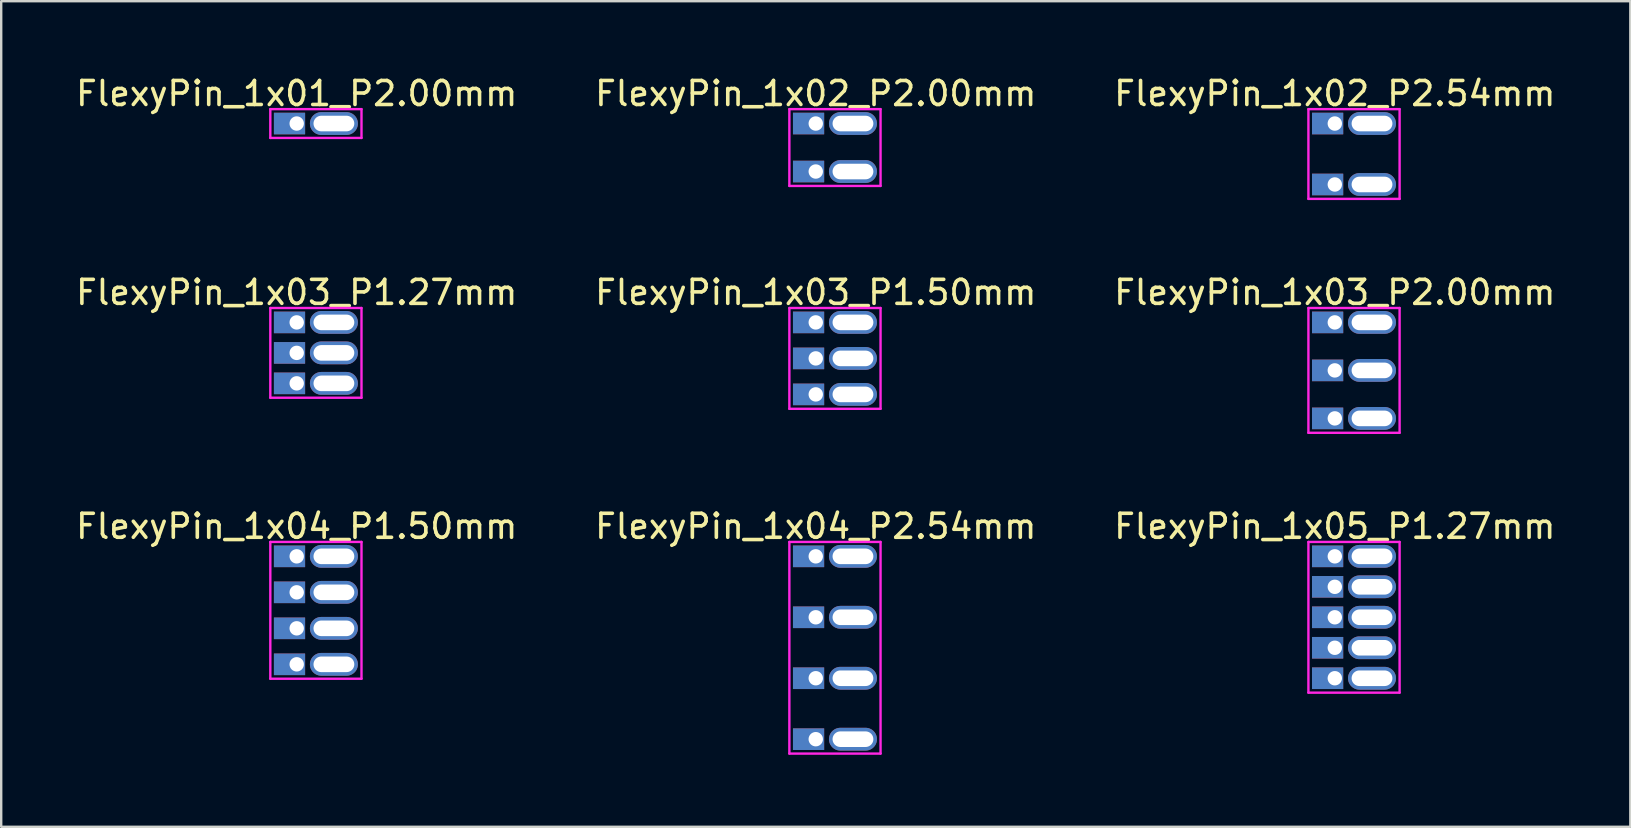
<source format=kicad_pcb>
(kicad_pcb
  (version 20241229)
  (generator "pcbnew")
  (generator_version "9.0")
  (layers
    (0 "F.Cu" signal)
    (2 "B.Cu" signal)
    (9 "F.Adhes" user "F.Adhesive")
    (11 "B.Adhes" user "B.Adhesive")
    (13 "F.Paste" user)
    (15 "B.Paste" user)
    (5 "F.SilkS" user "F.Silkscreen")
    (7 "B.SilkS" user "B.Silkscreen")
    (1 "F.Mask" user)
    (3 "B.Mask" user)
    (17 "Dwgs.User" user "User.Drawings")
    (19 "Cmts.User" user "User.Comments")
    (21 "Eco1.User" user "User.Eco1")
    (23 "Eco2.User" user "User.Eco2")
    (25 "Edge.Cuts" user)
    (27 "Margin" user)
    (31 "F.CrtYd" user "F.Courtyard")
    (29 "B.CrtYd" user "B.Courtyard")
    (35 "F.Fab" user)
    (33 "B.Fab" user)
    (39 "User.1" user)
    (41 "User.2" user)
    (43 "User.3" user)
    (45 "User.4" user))
  (footprint "FlexyPin_1x03_P1.27mm"
    (layer "F.Cu")
    (at 9.315 10.386)
    (property "Reference" "FlexyPin_1x03_P1.27mm" (at 0 -1.25 0) (layer "F.SilkS") (effects (font (size 1 1) (thickness 0.15))))
    (attr through_hole)
    (fp_line (start -1.1 -0.6) (end 2.7 -0.6) (stroke (width 0.1) (type solid)) (layer "F.CrtYd"))
    (fp_line (start -1.1 3.14) (end -1.1 -0.6) (stroke (width 0.1) (type solid)) (layer "F.CrtYd"))
    (fp_line (start 2.7 -0.6) (end 2.7 3.14) (stroke (width 0.1) (type solid)) (layer "F.CrtYd"))
    (fp_line (start 2.7 3.14) (end -1.1 3.14) (stroke (width 0.1) (type solid)) (layer "F.CrtYd"))
    (pad "" thru_hole oval (at 1.55 0) (size 2 0.95) (drill oval 1.7 0.65) (layers "*.Cu" "*.Mask"))
    (pad "" thru_hole oval (at 1.55 1.27) (size 2 0.95) (drill oval 1.7 0.65) (layers "*.Cu" "*.Mask"))
    (pad "" thru_hole oval (at 1.55 2.54) (size 2 0.95) (drill oval 1.7 0.65) (layers "*.Cu" "*.Mask"))
    (pad "1" thru_hole rect (at 0 0) (size 1.3 0.9) (drill 0.6 (offset -0.3 0)) (layers "*.Cu" "*.Mask"))
    (pad "2" thru_hole rect (at 0 1.27) (size 1.3 0.9) (drill 0.6 (offset -0.3 0)) (layers "*.Cu" "*.Mask"))
    (pad "3" thru_hole rect (at 0 2.54) (size 1.3 0.9) (drill 0.6 (offset -0.3 0)) (layers "*.Cu" "*.Mask")))
  (footprint "FlexyPin_1x03_P2.00mm"
    (layer "F.Cu")
    (at 52.577 10.386)
    (property "Reference" "FlexyPin_1x03_P2.00mm" (at 0 -1.25 0) (layer "F.SilkS") (effects (font (size 1 1) (thickness 0.15))))
    (attr through_hole)
    (fp_line (start -1.1 -0.6) (end 2.7 -0.6) (stroke (width 0.1) (type solid)) (layer "F.CrtYd"))
    (fp_line (start -1.1 4.6) (end -1.1 -0.6) (stroke (width 0.1) (type solid)) (layer "F.CrtYd"))
    (fp_line (start 2.7 -0.6) (end 2.7 4.6) (stroke (width 0.1) (type solid)) (layer "F.CrtYd"))
    (fp_line (start 2.7 4.6) (end -1.1 4.6) (stroke (width 0.1) (type solid)) (layer "F.CrtYd"))
    (pad "" thru_hole oval (at 1.55 0) (size 2 0.95) (drill oval 1.7 0.65) (layers "*.Cu" "*.Mask"))
    (pad "" thru_hole oval (at 1.55 2) (size 2 0.95) (drill oval 1.7 0.65) (layers "*.Cu" "*.Mask"))
    (pad "" thru_hole oval (at 1.55 4) (size 2 0.95) (drill oval 1.7 0.65) (layers "*.Cu" "*.Mask"))
    (pad "1" thru_hole rect (at 0 0) (size 1.3 0.9) (drill 0.6 (offset -0.3 0)) (layers "*.Cu" "*.Mask"))
    (pad "2" thru_hole rect (at 0 2) (size 1.3 0.9) (drill 0.6 (offset -0.3 0)) (layers "*.Cu" "*.Mask"))
    (pad "3" thru_hole rect (at 0 4) (size 1.3 0.9) (drill 0.6 (offset -0.3 0)) (layers "*.Cu" "*.Mask")))
  (footprint "FlexyPin_1x05_P1.27mm"
    (layer "F.Cu")
    (at 52.577 20.135)
    (property "Reference" "FlexyPin_1x05_P1.27mm" (at 0 -1.25 0) (layer "F.SilkS") (effects (font (size 1 1) (thickness 0.15))))
    (attr through_hole)
    (fp_line (start -1.1 -0.6) (end 2.7 -0.6) (stroke (width 0.1) (type solid)) (layer "F.CrtYd"))
    (fp_line (start -1.1 5.68) (end -1.1 -0.6) (stroke (width 0.1) (type solid)) (layer "F.CrtYd"))
    (fp_line (start 2.7 -0.6) (end 2.7 5.68) (stroke (width 0.1) (type solid)) (layer "F.CrtYd"))
    (fp_line (start 2.7 5.68) (end -1.1 5.68) (stroke (width 0.1) (type solid)) (layer "F.CrtYd"))
    (pad "" thru_hole oval (at 1.55 0) (size 2 0.95) (drill oval 1.7 0.65) (layers "*.Cu" "*.Mask"))
    (pad "" thru_hole oval (at 1.55 1.27) (size 2 0.95) (drill oval 1.7 0.65) (layers "*.Cu" "*.Mask"))
    (pad "" thru_hole oval (at 1.55 2.54) (size 2 0.95) (drill oval 1.7 0.65) (layers "*.Cu" "*.Mask"))
    (pad "" thru_hole oval (at 1.55 3.81) (size 2 0.95) (drill oval 1.7 0.65) (layers "*.Cu" "*.Mask"))
    (pad "" thru_hole oval (at 1.55 5.08) (size 2 0.95) (drill oval 1.7 0.65) (layers "*.Cu" "*.Mask"))
    (pad "1" thru_hole rect (at 0 0) (size 1.3 0.9) (drill 0.6 (offset -0.3 0)) (layers "*.Cu" "*.Mask"))
    (pad "2" thru_hole rect (at 0 1.27) (size 1.3 0.9) (drill 0.6 (offset -0.3 0)) (layers "*.Cu" "*.Mask"))
    (pad "3" thru_hole rect (at 0 2.54) (size 1.3 0.9) (drill 0.6 (offset -0.3 0)) (layers "*.Cu" "*.Mask"))
    (pad "4" thru_hole rect (at 0 3.81) (size 1.3 0.9) (drill 0.6 (offset -0.3 0)) (layers "*.Cu" "*.Mask"))
    (pad "5" thru_hole rect (at 0 5.08) (size 1.3 0.9) (drill 0.6 (offset -0.3 0)) (layers "*.Cu" "*.Mask")))
  (footprint "FlexyPin_1x01_P2.00mm"
    (layer "F.Cu")
    (at 9.315 2.098)
    (property "Reference" "FlexyPin_1x01_P2.00mm" (at 0 -1.25 0) (layer "F.SilkS") (effects (font (size 1 1) (thickness 0.15))))
    (attr through_hole)
    (fp_line (start -1.1 -0.6) (end 2.7 -0.6) (stroke (width 0.1) (type solid)) (layer "F.CrtYd"))
    (fp_line (start -1.1 0.6) (end -1.1 -0.6) (stroke (width 0.1) (type solid)) (layer "F.CrtYd"))
    (fp_line (start 2.7 -0.6) (end 2.7 0.6) (stroke (width 0.1) (type solid)) (layer "F.CrtYd"))
    (fp_line (start 2.7 0.6) (end -1.1 0.6) (stroke (width 0.1) (type solid)) (layer "F.CrtYd"))
    (pad "" thru_hole oval (at 1.55 0) (size 2 0.95) (drill oval 1.7 0.65) (layers "*.Cu" "*.Mask"))
    (pad "1" thru_hole rect (at 0 0) (size 1.3 0.9) (drill 0.6 (offset -0.3 0)) (layers "*.Cu" "*.Mask")))
  (footprint "FlexyPin_1x04_P1.50mm"
    (layer "F.Cu")
    (at 9.315 20.135)
    (property "Reference" "FlexyPin_1x04_P1.50mm" (at 0 -1.25 0) (layer "F.SilkS") (effects (font (size 1 1) (thickness 0.15))))
    (attr through_hole)
    (fp_line (start -1.1 -0.6) (end 2.7 -0.6) (stroke (width 0.1) (type solid)) (layer "F.CrtYd"))
    (fp_line (start -1.1 5.1) (end -1.1 -0.6) (stroke (width 0.1) (type solid)) (layer "F.CrtYd"))
    (fp_line (start 2.7 -0.6) (end 2.7 5.1) (stroke (width 0.1) (type solid)) (layer "F.CrtYd"))
    (fp_line (start 2.7 5.1) (end -1.1 5.1) (stroke (width 0.1) (type solid)) (layer "F.CrtYd"))
    (pad "" thru_hole oval (at 1.55 0) (size 2 0.95) (drill oval 1.7 0.65) (layers "*.Cu" "*.Mask"))
    (pad "" thru_hole oval (at 1.55 1.5) (size 2 0.95) (drill oval 1.7 0.65) (layers "*.Cu" "*.Mask"))
    (pad "" thru_hole oval (at 1.55 3) (size 2 0.95) (drill oval 1.7 0.65) (layers "*.Cu" "*.Mask"))
    (pad "" thru_hole oval (at 1.55 4.5) (size 2 0.95) (drill oval 1.7 0.65) (layers "*.Cu" "*.Mask"))
    (pad "1" thru_hole rect (at 0 0) (size 1.3 0.9) (drill 0.6 (offset -0.3 0)) (layers "*.Cu" "*.Mask"))
    (pad "2" thru_hole rect (at 0 1.5) (size 1.3 0.9) (drill 0.6 (offset -0.3 0)) (layers "*.Cu" "*.Mask"))
    (pad "3" thru_hole rect (at 0 3) (size 1.3 0.9) (drill 0.6 (offset -0.3 0)) (layers "*.Cu" "*.Mask"))
    (pad "4" thru_hole rect (at 0 4.5) (size 1.3 0.9) (drill 0.6 (offset -0.3 0)) (layers "*.Cu" "*.Mask")))
  (footprint "FlexyPin_1x04_P2.54mm"
    (layer "F.Cu")
    (at 30.946 20.135)
    (property "Reference" "FlexyPin_1x04_P2.54mm" (at 0 -1.25 0) (layer "F.SilkS") (effects (font (size 1 1) (thickness 0.15))))
    (attr through_hole)
    (fp_line (start -1.1 -0.6) (end 2.7 -0.6) (stroke (width 0.1) (type solid)) (layer "F.CrtYd"))
    (fp_line (start -1.1 8.22) (end -1.1 -0.6) (stroke (width 0.1) (type solid)) (layer "F.CrtYd"))
    (fp_line (start 2.7 -0.6) (end 2.7 8.22) (stroke (width 0.1) (type solid)) (layer "F.CrtYd"))
    (fp_line (start 2.7 8.22) (end -1.1 8.22) (stroke (width 0.1) (type solid)) (layer "F.CrtYd"))
    (pad "" thru_hole oval (at 1.55 0) (size 2 0.95) (drill oval 1.7 0.65) (layers "*.Cu" "*.Mask"))
    (pad "" thru_hole oval (at 1.55 2.54) (size 2 0.95) (drill oval 1.7 0.65) (layers "*.Cu" "*.Mask"))
    (pad "" thru_hole oval (at 1.55 5.08) (size 2 0.95) (drill oval 1.7 0.65) (layers "*.Cu" "*.Mask"))
    (pad "" thru_hole oval (at 1.55 7.62) (size 2 0.95) (drill oval 1.7 0.65) (layers "*.Cu" "*.Mask"))
    (pad "1" thru_hole rect (at 0 0) (size 1.3 0.9) (drill 0.6 (offset -0.3 0)) (layers "*.Cu" "*.Mask"))
    (pad "2" thru_hole rect (at 0 2.54) (size 1.3 0.9) (drill 0.6 (offset -0.3 0)) (layers "*.Cu" "*.Mask"))
    (pad "3" thru_hole rect (at 0 5.08) (size 1.3 0.9) (drill 0.6 (offset -0.3 0)) (layers "*.Cu" "*.Mask"))
    (pad "4" thru_hole rect (at 0 7.62) (size 1.3 0.9) (drill 0.6 (offset -0.3 0)) (layers "*.Cu" "*.Mask")))
  (footprint "FlexyPin_1x02_P2.00mm"
    (layer "F.Cu")
    (at 30.946 2.098)
    (property "Reference" "FlexyPin_1x02_P2.00mm" (at 0 -1.25 0) (layer "F.SilkS") (effects (font (size 1 1) (thickness 0.15))))
    (attr through_hole)
    (fp_line (start -1.1 -0.6) (end 2.7 -0.6) (stroke (width 0.1) (type solid)) (layer "F.CrtYd"))
    (fp_line (start -1.1 2.6) (end -1.1 -0.6) (stroke (width 0.1) (type solid)) (layer "F.CrtYd"))
    (fp_line (start 2.7 -0.6) (end 2.7 2.6) (stroke (width 0.1) (type solid)) (layer "F.CrtYd"))
    (fp_line (start 2.7 2.6) (end -1.1 2.6) (stroke (width 0.1) (type solid)) (layer "F.CrtYd"))
    (pad "" thru_hole oval (at 1.55 0) (size 2 0.95) (drill oval 1.7 0.65) (layers "*.Cu" "*.Mask"))
    (pad "" thru_hole oval (at 1.55 2) (size 2 0.95) (drill oval 1.7 0.65) (layers "*.Cu" "*.Mask"))
    (pad "1" thru_hole rect (at 0 0) (size 1.3 0.9) (drill 0.6 (offset -0.3 0)) (layers "*.Cu" "*.Mask"))
    (pad "2" thru_hole rect (at 0 2) (size 1.3 0.9) (drill 0.6 (offset -0.3 0)) (layers "*.Cu" "*.Mask")))
  (footprint "FlexyPin_1x02_P2.54mm"
    (layer "F.Cu")
    (at 52.577 2.098)
    (property "Reference" "FlexyPin_1x02_P2.54mm" (at 0 -1.25 0) (layer "F.SilkS") (effects (font (size 1 1) (thickness 0.15))))
    (attr through_hole)
    (fp_line (start -1.1 -0.6) (end 2.7 -0.6) (stroke (width 0.1) (type solid)) (layer "F.CrtYd"))
    (fp_line (start -1.1 3.14) (end -1.1 -0.6) (stroke (width 0.1) (type solid)) (layer "F.CrtYd"))
    (fp_line (start 2.7 -0.6) (end 2.7 3.14) (stroke (width 0.1) (type solid)) (layer "F.CrtYd"))
    (fp_line (start 2.7 3.14) (end -1.1 3.14) (stroke (width 0.1) (type solid)) (layer "F.CrtYd"))
    (pad "" thru_hole oval (at 1.55 0) (size 2 0.95) (drill oval 1.7 0.65) (layers "*.Cu" "*.Mask"))
    (pad "" thru_hole oval (at 1.55 2.54) (size 2 0.95) (drill oval 1.7 0.65) (layers "*.Cu" "*.Mask"))
    (pad "1" thru_hole rect (at 0 0) (size 1.3 0.9) (drill 0.6 (offset -0.3 0)) (layers "*.Cu" "*.Mask"))
    (pad "2" thru_hole rect (at 0 2.54) (size 1.3 0.9) (drill 0.6 (offset -0.3 0)) (layers "*.Cu" "*.Mask")))
  (footprint "FlexyPin_1x03_P1.50mm"
    (layer "F.Cu")
    (at 30.946 10.386)
    (property "Reference" "FlexyPin_1x03_P1.50mm" (at 0 -1.25 0) (layer "F.SilkS") (effects (font (size 1 1) (thickness 0.15))))
    (attr through_hole)
    (fp_line (start -1.1 -0.6) (end 2.7 -0.6) (stroke (width 0.1) (type solid)) (layer "F.CrtYd"))
    (fp_line (start -1.1 3.6) (end -1.1 -0.6) (stroke (width 0.1) (type solid)) (layer "F.CrtYd"))
    (fp_line (start 2.7 -0.6) (end 2.7 3.6) (stroke (width 0.1) (type solid)) (layer "F.CrtYd"))
    (fp_line (start 2.7 3.6) (end -1.1 3.6) (stroke (width 0.1) (type solid)) (layer "F.CrtYd"))
    (pad "" thru_hole oval (at 1.55 0) (size 2 0.95) (drill oval 1.7 0.65) (layers "*.Cu" "*.Mask"))
    (pad "" thru_hole oval (at 1.55 1.5) (size 2 0.95) (drill oval 1.7 0.65) (layers "*.Cu" "*.Mask"))
    (pad "" thru_hole oval (at 1.55 3) (size 2 0.95) (drill oval 1.7 0.65) (layers "*.Cu" "*.Mask"))
    (pad "1" thru_hole rect (at 0 0) (size 1.3 0.9) (drill 0.6 (offset -0.3 0)) (layers "*.Cu" "*.Mask"))
    (pad "2" thru_hole rect (at 0 1.5) (size 1.3 0.9) (drill 0.6 (offset -0.3 0)) (layers "*.Cu" "*.Mask"))
    (pad "3" thru_hole rect (at 0 3) (size 1.3 0.9) (drill 0.6 (offset -0.3 0)) (layers "*.Cu" "*.Mask")))
  (gr_rect
    (start -3 -3)
    (end 64.893 31.405)
    (stroke (width 0.1) (type default))
    (fill no)
    (layer "Edge.Cuts")))
</source>
